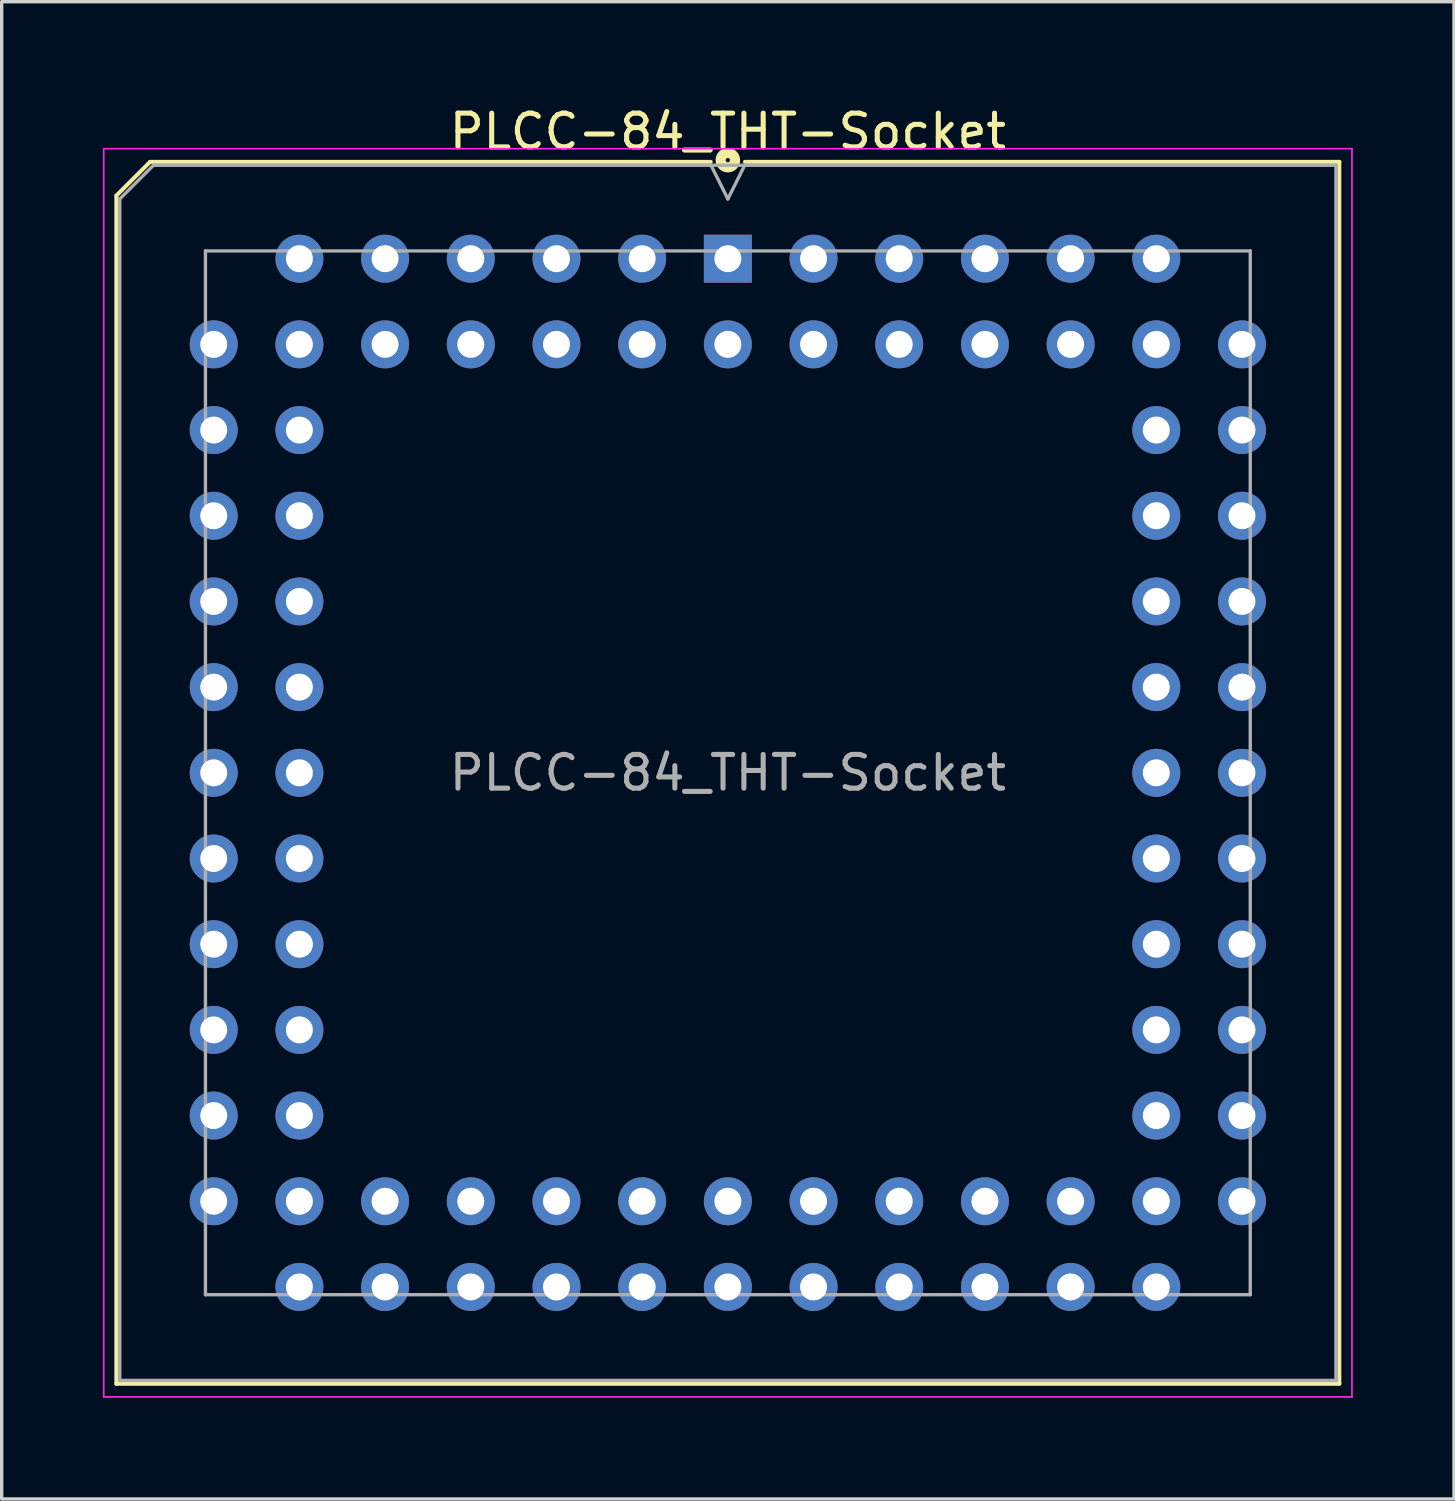
<source format=kicad_pcb>
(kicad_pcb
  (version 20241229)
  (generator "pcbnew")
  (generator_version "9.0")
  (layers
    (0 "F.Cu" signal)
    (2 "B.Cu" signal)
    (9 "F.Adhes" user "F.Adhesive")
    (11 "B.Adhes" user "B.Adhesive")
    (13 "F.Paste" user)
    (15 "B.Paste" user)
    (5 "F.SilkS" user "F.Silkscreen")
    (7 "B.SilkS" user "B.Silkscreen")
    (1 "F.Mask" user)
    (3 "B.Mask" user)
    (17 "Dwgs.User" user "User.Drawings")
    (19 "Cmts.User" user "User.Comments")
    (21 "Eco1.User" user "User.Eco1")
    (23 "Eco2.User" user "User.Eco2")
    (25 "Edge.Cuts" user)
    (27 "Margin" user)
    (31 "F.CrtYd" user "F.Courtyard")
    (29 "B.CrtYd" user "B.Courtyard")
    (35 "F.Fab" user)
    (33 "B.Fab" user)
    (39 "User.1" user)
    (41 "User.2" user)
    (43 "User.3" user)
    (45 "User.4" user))
  (footprint "PLCC-84_THT-Socket"
    (layer "F.Cu")
    (at 18.525 4.618)
    (property "Reference" "PLCC-84_THT-Socket" (at 0 -3.77 0) (layer "F.SilkS") (effects (font (size 1 1) (thickness 0.15))))
    (attr through_hole)
    (fp_line (start -18.125 -1.87) (end -18.125 33.35) (stroke (width 0.12) (type solid)) (layer "F.SilkS"))
    (fp_line (start -18.125 33.35) (end 18.125 33.35) (stroke (width 0.12) (type solid)) (layer "F.SilkS"))
    (fp_line (start -17.125 -2.87) (end -18.125 -1.87) (stroke (width 0.12) (type solid)) (layer "F.SilkS"))
    (fp_line (start -0.508 -2.87) (end -17.125 -2.87) (stroke (width 0.12) (type solid)) (layer "F.SilkS"))
    (fp_line (start 18.125 -2.87) (end 0.508 -2.87) (stroke (width 0.12) (type solid)) (layer "F.SilkS"))
    (fp_line (start 18.125 33.35) (end 18.125 -2.87) (stroke (width 0.12) (type solid)) (layer "F.SilkS"))
    (fp_circle (center 0 -2.921) (end 0.064 -2.921) (stroke (width 0.3) (type solid)) (fill no) (layer "F.SilkS"))
    (fp_line (start -18.5 -3.26) (end -18.5 33.74) (stroke (width 0.05) (type solid)) (layer "F.CrtYd"))
    (fp_line (start -18.5 33.74) (end 18.5 33.74) (stroke (width 0.05) (type solid)) (layer "F.CrtYd"))
    (fp_line (start 18.5 -3.26) (end -18.5 -3.26) (stroke (width 0.05) (type solid)) (layer "F.CrtYd"))
    (fp_line (start 18.5 33.74) (end 18.5 -3.26) (stroke (width 0.05) (type solid)) (layer "F.CrtYd"))
    (fp_line (start -18.025 -1.77) (end -18.025 33.25) (stroke (width 0.1) (type solid)) (layer "F.Fab"))
    (fp_line (start -18.025 33.25) (end 18.025 33.25) (stroke (width 0.1) (type solid)) (layer "F.Fab"))
    (fp_line (start -17.025 -2.77) (end -18.025 -1.77) (stroke (width 0.1) (type solid)) (layer "F.Fab"))
    (fp_line (start -15.485 -0.23) (end -15.485 30.71) (stroke (width 0.1) (type solid)) (layer "F.Fab"))
    (fp_line (start -15.485 30.71) (end 15.485 30.71) (stroke (width 0.1) (type solid)) (layer "F.Fab"))
    (fp_line (start -0.5 -2.77) (end 0 -1.77) (stroke (width 0.1) (type solid)) (layer "F.Fab"))
    (fp_line (start 0 -1.77) (end 0.5 -2.77) (stroke (width 0.1) (type solid)) (layer "F.Fab"))
    (fp_line (start 15.485 -0.23) (end -15.485 -0.23) (stroke (width 0.1) (type solid)) (layer "F.Fab"))
    (fp_line (start 15.485 30.71) (end 15.485 -0.23) (stroke (width 0.1) (type solid)) (layer "F.Fab"))
    (fp_line (start 18.025 -2.77) (end -17.025 -2.77) (stroke (width 0.1) (type solid)) (layer "F.Fab"))
    (fp_line (start 18.025 33.25) (end 18.025 -2.77) (stroke (width 0.1) (type solid)) (layer "F.Fab"))
    (fp_text user "${REFERENCE}" (at 0 15.24 0) (layer "F.Fab") (effects (font (size 1 1) (thickness 0.15))))
    (pad "1" thru_hole rect (at 0 0) (size 1.422 1.422) (drill 0.8) (layers "*.Cu" "*.Mask"))
    (pad "2" thru_hole circle (at 0 2.54) (size 1.422 1.422) (drill 0.8) (layers "*.Cu" "*.Mask"))
    (pad "3" thru_hole circle (at -2.54 0) (size 1.422 1.422) (drill 0.8) (layers "*.Cu" "*.Mask"))
    (pad "4" thru_hole circle (at -2.54 2.54) (size 1.422 1.422) (drill 0.8) (layers "*.Cu" "*.Mask"))
    (pad "5" thru_hole circle (at -5.08 0) (size 1.422 1.422) (drill 0.8) (layers "*.Cu" "*.Mask"))
    (pad "6" thru_hole circle (at -5.08 2.54) (size 1.422 1.422) (drill 0.8) (layers "*.Cu" "*.Mask"))
    (pad "7" thru_hole circle (at -7.62 0) (size 1.422 1.422) (drill 0.8) (layers "*.Cu" "*.Mask"))
    (pad "8" thru_hole circle (at -7.62 2.54) (size 1.422 1.422) (drill 0.8) (layers "*.Cu" "*.Mask"))
    (pad "9" thru_hole circle (at -10.16 0) (size 1.422 1.422) (drill 0.8) (layers "*.Cu" "*.Mask"))
    (pad "10" thru_hole circle (at -10.16 2.54) (size 1.422 1.422) (drill 0.8) (layers "*.Cu" "*.Mask"))
    (pad "11" thru_hole circle (at -12.7 0) (size 1.422 1.422) (drill 0.8) (layers "*.Cu" "*.Mask"))
    (pad "12" thru_hole circle (at -15.24 2.54) (size 1.422 1.422) (drill 0.8) (layers "*.Cu" "*.Mask"))
    (pad "13" thru_hole circle (at -12.7 2.54) (size 1.422 1.422) (drill 0.8) (layers "*.Cu" "*.Mask"))
    (pad "14" thru_hole circle (at -15.24 5.08) (size 1.422 1.422) (drill 0.8) (layers "*.Cu" "*.Mask"))
    (pad "15" thru_hole circle (at -12.7 5.08) (size 1.422 1.422) (drill 0.8) (layers "*.Cu" "*.Mask"))
    (pad "16" thru_hole circle (at -15.24 7.62) (size 1.422 1.422) (drill 0.8) (layers "*.Cu" "*.Mask"))
    (pad "17" thru_hole circle (at -12.7 7.62) (size 1.422 1.422) (drill 0.8) (layers "*.Cu" "*.Mask"))
    (pad "18" thru_hole circle (at -15.24 10.16) (size 1.422 1.422) (drill 0.8) (layers "*.Cu" "*.Mask"))
    (pad "19" thru_hole circle (at -12.7 10.16) (size 1.422 1.422) (drill 0.8) (layers "*.Cu" "*.Mask"))
    (pad "20" thru_hole circle (at -15.24 12.7) (size 1.422 1.422) (drill 0.8) (layers "*.Cu" "*.Mask"))
    (pad "21" thru_hole circle (at -12.7 12.7) (size 1.422 1.422) (drill 0.8) (layers "*.Cu" "*.Mask"))
    (pad "22" thru_hole circle (at -15.24 15.24) (size 1.422 1.422) (drill 0.8) (layers "*.Cu" "*.Mask"))
    (pad "23" thru_hole circle (at -12.7 15.24) (size 1.422 1.422) (drill 0.8) (layers "*.Cu" "*.Mask"))
    (pad "24" thru_hole circle (at -15.24 17.78) (size 1.422 1.422) (drill 0.8) (layers "*.Cu" "*.Mask"))
    (pad "25" thru_hole circle (at -12.7 17.78) (size 1.422 1.422) (drill 0.8) (layers "*.Cu" "*.Mask"))
    (pad "26" thru_hole circle (at -15.24 20.32) (size 1.422 1.422) (drill 0.8) (layers "*.Cu" "*.Mask"))
    (pad "27" thru_hole circle (at -12.7 20.32) (size 1.422 1.422) (drill 0.8) (layers "*.Cu" "*.Mask"))
    (pad "28" thru_hole circle (at -15.24 22.86) (size 1.422 1.422) (drill 0.8) (layers "*.Cu" "*.Mask"))
    (pad "29" thru_hole circle (at -12.7 22.86) (size 1.422 1.422) (drill 0.8) (layers "*.Cu" "*.Mask"))
    (pad "30" thru_hole circle (at -15.24 25.4) (size 1.422 1.422) (drill 0.8) (layers "*.Cu" "*.Mask"))
    (pad "31" thru_hole circle (at -12.7 25.4) (size 1.422 1.422) (drill 0.8) (layers "*.Cu" "*.Mask"))
    (pad "32" thru_hole circle (at -15.24 27.94) (size 1.422 1.422) (drill 0.8) (layers "*.Cu" "*.Mask"))
    (pad "33" thru_hole circle (at -12.7 30.48) (size 1.422 1.422) (drill 0.8) (layers "*.Cu" "*.Mask"))
    (pad "34" thru_hole circle (at -12.7 27.94) (size 1.422 1.422) (drill 0.8) (layers "*.Cu" "*.Mask"))
    (pad "35" thru_hole circle (at -10.16 30.48) (size 1.422 1.422) (drill 0.8) (layers "*.Cu" "*.Mask"))
    (pad "36" thru_hole circle (at -10.16 27.94) (size 1.422 1.422) (drill 0.8) (layers "*.Cu" "*.Mask"))
    (pad "37" thru_hole circle (at -7.62 30.48) (size 1.422 1.422) (drill 0.8) (layers "*.Cu" "*.Mask"))
    (pad "38" thru_hole circle (at -7.62 27.94) (size 1.422 1.422) (drill 0.8) (layers "*.Cu" "*.Mask"))
    (pad "39" thru_hole circle (at -5.08 30.48) (size 1.422 1.422) (drill 0.8) (layers "*.Cu" "*.Mask"))
    (pad "40" thru_hole circle (at -5.08 27.94) (size 1.422 1.422) (drill 0.8) (layers "*.Cu" "*.Mask"))
    (pad "41" thru_hole circle (at -2.54 30.48) (size 1.422 1.422) (drill 0.8) (layers "*.Cu" "*.Mask"))
    (pad "42" thru_hole circle (at -2.54 27.94) (size 1.422 1.422) (drill 0.8) (layers "*.Cu" "*.Mask"))
    (pad "43" thru_hole circle (at 0 30.48) (size 1.422 1.422) (drill 0.8) (layers "*.Cu" "*.Mask"))
    (pad "44" thru_hole circle (at 0 27.94) (size 1.422 1.422) (drill 0.8) (layers "*.Cu" "*.Mask"))
    (pad "45" thru_hole circle (at 2.54 30.48) (size 1.422 1.422) (drill 0.8) (layers "*.Cu" "*.Mask"))
    (pad "46" thru_hole circle (at 2.54 27.94) (size 1.422 1.422) (drill 0.8) (layers "*.Cu" "*.Mask"))
    (pad "47" thru_hole circle (at 5.08 30.48) (size 1.422 1.422) (drill 0.8) (layers "*.Cu" "*.Mask"))
    (pad "48" thru_hole circle (at 5.08 27.94) (size 1.422 1.422) (drill 0.8) (layers "*.Cu" "*.Mask"))
    (pad "49" thru_hole circle (at 7.62 30.48) (size 1.422 1.422) (drill 0.8) (layers "*.Cu" "*.Mask"))
    (pad "50" thru_hole circle (at 7.62 27.94) (size 1.422 1.422) (drill 0.8) (layers "*.Cu" "*.Mask"))
    (pad "51" thru_hole circle (at 10.16 30.48) (size 1.422 1.422) (drill 0.8) (layers "*.Cu" "*.Mask"))
    (pad "52" thru_hole circle (at 10.16 27.94) (size 1.422 1.422) (drill 0.8) (layers "*.Cu" "*.Mask"))
    (pad "53" thru_hole circle (at 12.7 30.48) (size 1.422 1.422) (drill 0.8) (layers "*.Cu" "*.Mask"))
    (pad "54" thru_hole circle (at 15.24 27.94) (size 1.422 1.422) (drill 0.8) (layers "*.Cu" "*.Mask"))
    (pad "55" thru_hole circle (at 12.7 27.94) (size 1.422 1.422) (drill 0.8) (layers "*.Cu" "*.Mask"))
    (pad "56" thru_hole circle (at 15.24 25.4) (size 1.422 1.422) (drill 0.8) (layers "*.Cu" "*.Mask"))
    (pad "57" thru_hole circle (at 12.7 25.4) (size 1.422 1.422) (drill 0.8) (layers "*.Cu" "*.Mask"))
    (pad "58" thru_hole circle (at 15.24 22.86) (size 1.422 1.422) (drill 0.8) (layers "*.Cu" "*.Mask"))
    (pad "59" thru_hole circle (at 12.7 22.86) (size 1.422 1.422) (drill 0.8) (layers "*.Cu" "*.Mask"))
    (pad "60" thru_hole circle (at 15.24 20.32) (size 1.422 1.422) (drill 0.8) (layers "*.Cu" "*.Mask"))
    (pad "61" thru_hole circle (at 12.7 20.32) (size 1.422 1.422) (drill 0.8) (layers "*.Cu" "*.Mask"))
    (pad "62" thru_hole circle (at 15.24 17.78) (size 1.422 1.422) (drill 0.8) (layers "*.Cu" "*.Mask"))
    (pad "63" thru_hole circle (at 12.7 17.78) (size 1.422 1.422) (drill 0.8) (layers "*.Cu" "*.Mask"))
    (pad "64" thru_hole circle (at 15.24 15.24) (size 1.422 1.422) (drill 0.8) (layers "*.Cu" "*.Mask"))
    (pad "65" thru_hole circle (at 12.7 15.24) (size 1.422 1.422) (drill 0.8) (layers "*.Cu" "*.Mask"))
    (pad "66" thru_hole circle (at 15.24 12.7) (size 1.422 1.422) (drill 0.8) (layers "*.Cu" "*.Mask"))
    (pad "67" thru_hole circle (at 12.7 12.7) (size 1.422 1.422) (drill 0.8) (layers "*.Cu" "*.Mask"))
    (pad "68" thru_hole circle (at 15.24 10.16) (size 1.422 1.422) (drill 0.8) (layers "*.Cu" "*.Mask"))
    (pad "69" thru_hole circle (at 12.7 10.16) (size 1.422 1.422) (drill 0.8) (layers "*.Cu" "*.Mask"))
    (pad "70" thru_hole circle (at 15.24 7.62) (size 1.422 1.422) (drill 0.8) (layers "*.Cu" "*.Mask"))
    (pad "71" thru_hole circle (at 12.7 7.62) (size 1.422 1.422) (drill 0.8) (layers "*.Cu" "*.Mask"))
    (pad "72" thru_hole circle (at 15.24 5.08) (size 1.422 1.422) (drill 0.8) (layers "*.Cu" "*.Mask"))
    (pad "73" thru_hole circle (at 12.7 5.08) (size 1.422 1.422) (drill 0.8) (layers "*.Cu" "*.Mask"))
    (pad "74" thru_hole circle (at 15.24 2.54) (size 1.422 1.422) (drill 0.8) (layers "*.Cu" "*.Mask"))
    (pad "75" thru_hole circle (at 12.7 0) (size 1.422 1.422) (drill 0.8) (layers "*.Cu" "*.Mask"))
    (pad "76" thru_hole circle (at 12.7 2.54) (size 1.422 1.422) (drill 0.8) (layers "*.Cu" "*.Mask"))
    (pad "77" thru_hole circle (at 10.16 0) (size 1.422 1.422) (drill 0.8) (layers "*.Cu" "*.Mask"))
    (pad "78" thru_hole circle (at 10.16 2.54) (size 1.422 1.422) (drill 0.8) (layers "*.Cu" "*.Mask"))
    (pad "79" thru_hole circle (at 7.62 0) (size 1.422 1.422) (drill 0.8) (layers "*.Cu" "*.Mask"))
    (pad "80" thru_hole circle (at 7.62 2.54) (size 1.422 1.422) (drill 0.8) (layers "*.Cu" "*.Mask"))
    (pad "81" thru_hole circle (at 5.08 0) (size 1.422 1.422) (drill 0.8) (layers "*.Cu" "*.Mask"))
    (pad "82" thru_hole circle (at 5.08 2.54) (size 1.422 1.422) (drill 0.8) (layers "*.Cu" "*.Mask"))
    (pad "83" thru_hole circle (at 2.54 0) (size 1.422 1.422) (drill 0.8) (layers "*.Cu" "*.Mask"))
    (pad "84" thru_hole circle (at 2.54 2.54) (size 1.422 1.422) (drill 0.8) (layers "*.Cu" "*.Mask")))
  (gr_rect
    (start -3 -3)
    (end 40.05 41.383)
    (stroke (width 0.1) (type default))
    (fill no)
    (layer "Edge.Cuts")))
</source>
